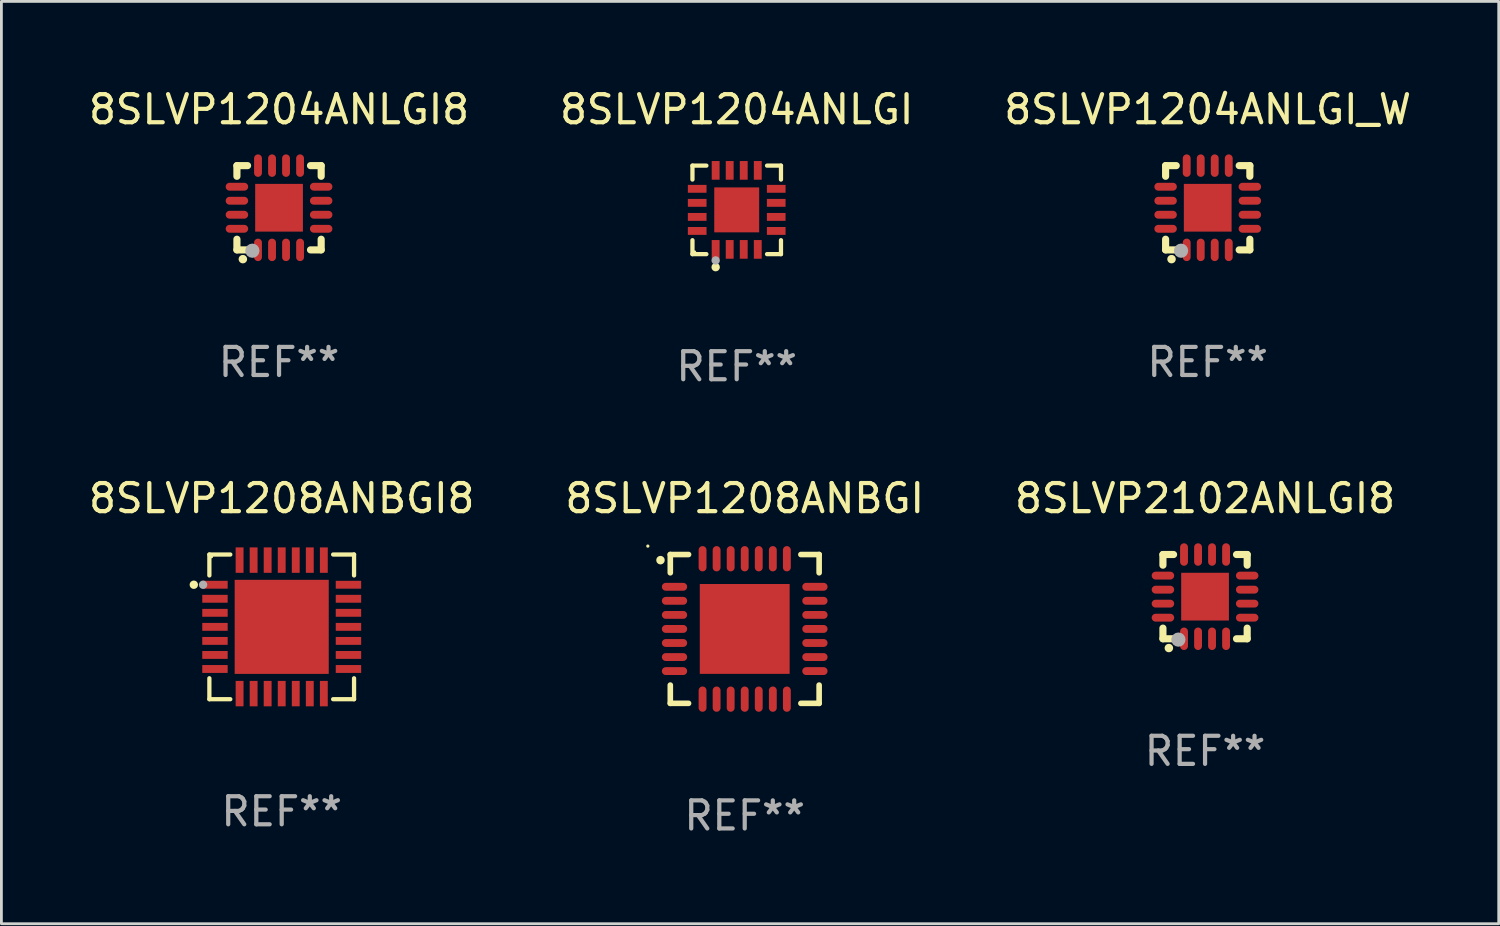
<source format=kicad_pcb>
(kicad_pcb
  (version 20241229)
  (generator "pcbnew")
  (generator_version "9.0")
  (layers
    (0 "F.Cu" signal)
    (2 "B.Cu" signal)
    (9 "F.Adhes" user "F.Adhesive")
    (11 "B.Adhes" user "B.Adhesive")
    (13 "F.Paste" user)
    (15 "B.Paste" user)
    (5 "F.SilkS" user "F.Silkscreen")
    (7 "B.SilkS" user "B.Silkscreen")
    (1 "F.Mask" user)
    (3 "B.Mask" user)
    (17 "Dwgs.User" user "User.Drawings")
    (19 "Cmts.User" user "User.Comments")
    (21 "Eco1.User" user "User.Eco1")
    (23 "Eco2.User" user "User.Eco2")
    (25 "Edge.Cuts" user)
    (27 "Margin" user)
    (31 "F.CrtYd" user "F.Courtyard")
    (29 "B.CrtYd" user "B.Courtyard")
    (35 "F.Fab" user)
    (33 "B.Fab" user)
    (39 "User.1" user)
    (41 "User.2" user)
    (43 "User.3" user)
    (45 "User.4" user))
  (footprint "8SLVP1204ANLGI_W"
    (layer "F.Cu")
    (at 39.958 4.348)
    (property "Reference" "8SLVP1204ANLGI_W" (at 0 -3.5 0) (layer "F.SilkS") (effects (font (size 1 1) (thickness 0.15))))
    (attr through_hole)
    (fp_line (start -1.5 -1.5) (end -1.121 -1.5) (stroke (width 0.254) (type solid)) (layer "F.SilkS"))
    (fp_line (start -1.5 -1.12) (end -1.5 -1.5) (stroke (width 0.254) (type solid)) (layer "F.SilkS"))
    (fp_line (start -1.5 1.5) (end -1.5 1.121) (stroke (width 0.254) (type solid)) (layer "F.SilkS"))
    (fp_line (start -1.121 1.5) (end -1.5 1.5) (stroke (width 0.254) (type solid)) (layer "F.SilkS"))
    (fp_line (start 1.12 -1.5) (end 1.5 -1.5) (stroke (width 0.254) (type solid)) (layer "F.SilkS"))
    (fp_line (start 1.5 -1.5) (end 1.5 -1.12) (stroke (width 0.254) (type solid)) (layer "F.SilkS"))
    (fp_line (start 1.5 1.121) (end 1.5 1.5) (stroke (width 0.254) (type solid)) (layer "F.SilkS"))
    (fp_line (start 1.5 1.5) (end 1.12 1.5) (stroke (width 0.254) (type solid)) (layer "F.SilkS"))
    (fp_arc (start -1.290005 1.83001) (mid -1.288735 1.830005) (end -1.287465 1.83001) (stroke (width 0.3) (type solid)) (layer "F.SilkS"))
    (fp_circle (center -1.5 1.5) (end -1.47 1.5) (stroke (width 0.06) (type solid)) (fill no) (layer "F.SilkS"))
    (fp_circle (center -0.95 1.53) (end -0.823 1.53) (stroke (width 0.254) (type solid)) (fill no) (layer "F.Fab"))
    (fp_text user "REF**" (at 0 5.5 0) (layer "F.Fab") (effects (font (size 1 1) (thickness 0.15))))
    (pad "1" smd oval (at -0.749 1.5 180) (size 0.28 0.8) (layers "F.Cu" "F.Mask" "F.Paste"))
    (pad "2" smd oval (at -0.249 1.5 180) (size 0.28 0.8) (layers "F.Cu" "F.Mask" "F.Paste"))
    (pad "3" smd oval (at 0.249 1.5 180) (size 0.28 0.8) (layers "F.Cu" "F.Mask" "F.Paste"))
    (pad "4" smd oval (at 0.749 1.5 180) (size 0.28 0.8) (layers "F.Cu" "F.Mask" "F.Paste"))
    (pad "5" smd oval (at 1.5 0.749 90) (size 0.28 0.8) (layers "F.Cu" "F.Mask" "F.Paste"))
    (pad "6" smd oval (at 1.5 0.249 90) (size 0.28 0.8) (layers "F.Cu" "F.Mask" "F.Paste"))
    (pad "7" smd oval (at 1.5 -0.249 90) (size 0.28 0.8) (layers "F.Cu" "F.Mask" "F.Paste"))
    (pad "8" smd oval (at 1.5 -0.749 90) (size 0.28 0.8) (layers "F.Cu" "F.Mask" "F.Paste"))
    (pad "9" smd oval (at 0.749 -1.5 180) (size 0.28 0.8) (layers "F.Cu" "F.Mask" "F.Paste"))
    (pad "10" smd oval (at 0.249 -1.5 180) (size 0.28 0.8) (layers "F.Cu" "F.Mask" "F.Paste"))
    (pad "11" smd oval (at -0.249 -1.5 180) (size 0.28 0.8) (layers "F.Cu" "F.Mask" "F.Paste"))
    (pad "12" smd oval (at -0.749 -1.5 180) (size 0.28 0.8) (layers "F.Cu" "F.Mask" "F.Paste"))
    (pad "13" smd oval (at -1.5 -0.749 90) (size 0.28 0.8) (layers "F.Cu" "F.Mask" "F.Paste"))
    (pad "14" smd oval (at -1.5 -0.249 90) (size 0.28 0.8) (layers "F.Cu" "F.Mask" "F.Paste"))
    (pad "15" smd oval (at -1.5 0.249 90) (size 0.28 0.8) (layers "F.Cu" "F.Mask" "F.Paste"))
    (pad "16" smd oval (at -1.5 0.749 90) (size 0.28 0.8) (layers "F.Cu" "F.Mask" "F.Paste"))
    (pad "17" smd rect (at -0.000114 0.000114 90) (size 1.7 1.7) (layers "F.Cu" "F.Mask" "F.Paste")))
  (footprint "8SLVP1204ANLGI8"
    (layer "F.Cu")
    (at 6.887 4.348)
    (property "Reference" "8SLVP1204ANLGI8" (at 0 -3.5 0) (layer "F.SilkS") (effects (font (size 1 1) (thickness 0.15))))
    (attr through_hole)
    (fp_line (start -1.5 -1.5) (end -1.121 -1.5) (stroke (width 0.254) (type solid)) (layer "F.SilkS"))
    (fp_line (start -1.5 -1.12) (end -1.5 -1.5) (stroke (width 0.254) (type solid)) (layer "F.SilkS"))
    (fp_line (start -1.5 1.5) (end -1.5 1.121) (stroke (width 0.254) (type solid)) (layer "F.SilkS"))
    (fp_line (start -1.121 1.5) (end -1.5 1.5) (stroke (width 0.254) (type solid)) (layer "F.SilkS"))
    (fp_line (start 1.12 -1.5) (end 1.5 -1.5) (stroke (width 0.254) (type solid)) (layer "F.SilkS"))
    (fp_line (start 1.5 -1.5) (end 1.5 -1.12) (stroke (width 0.254) (type solid)) (layer "F.SilkS"))
    (fp_line (start 1.5 1.121) (end 1.5 1.5) (stroke (width 0.254) (type solid)) (layer "F.SilkS"))
    (fp_line (start 1.5 1.5) (end 1.12 1.5) (stroke (width 0.254) (type solid)) (layer "F.SilkS"))
    (fp_arc (start -1.290005 1.83001) (mid -1.288735 1.830005) (end -1.287465 1.83001) (stroke (width 0.3) (type solid)) (layer "F.SilkS"))
    (fp_circle (center -1.5 1.5) (end -1.47 1.5) (stroke (width 0.06) (type solid)) (fill no) (layer "F.SilkS"))
    (fp_circle (center -0.95 1.53) (end -0.823 1.53) (stroke (width 0.254) (type solid)) (fill no) (layer "F.Fab"))
    (fp_text user "REF**" (at 0 5.5 0) (layer "F.Fab") (effects (font (size 1 1) (thickness 0.15))))
    (pad "1" smd oval (at -0.749 1.5 180) (size 0.28 0.8) (layers "F.Cu" "F.Mask" "F.Paste"))
    (pad "2" smd oval (at -0.249 1.5 180) (size 0.28 0.8) (layers "F.Cu" "F.Mask" "F.Paste"))
    (pad "3" smd oval (at 0.249 1.5 180) (size 0.28 0.8) (layers "F.Cu" "F.Mask" "F.Paste"))
    (pad "4" smd oval (at 0.749 1.5 180) (size 0.28 0.8) (layers "F.Cu" "F.Mask" "F.Paste"))
    (pad "5" smd oval (at 1.5 0.749 90) (size 0.28 0.8) (layers "F.Cu" "F.Mask" "F.Paste"))
    (pad "6" smd oval (at 1.5 0.249 90) (size 0.28 0.8) (layers "F.Cu" "F.Mask" "F.Paste"))
    (pad "7" smd oval (at 1.5 -0.249 90) (size 0.28 0.8) (layers "F.Cu" "F.Mask" "F.Paste"))
    (pad "8" smd oval (at 1.5 -0.749 90) (size 0.28 0.8) (layers "F.Cu" "F.Mask" "F.Paste"))
    (pad "9" smd oval (at 0.749 -1.5 180) (size 0.28 0.8) (layers "F.Cu" "F.Mask" "F.Paste"))
    (pad "10" smd oval (at 0.249 -1.5 180) (size 0.28 0.8) (layers "F.Cu" "F.Mask" "F.Paste"))
    (pad "11" smd oval (at -0.249 -1.5 180) (size 0.28 0.8) (layers "F.Cu" "F.Mask" "F.Paste"))
    (pad "12" smd oval (at -0.749 -1.5 180) (size 0.28 0.8) (layers "F.Cu" "F.Mask" "F.Paste"))
    (pad "13" smd oval (at -1.5 -0.749 90) (size 0.28 0.8) (layers "F.Cu" "F.Mask" "F.Paste"))
    (pad "14" smd oval (at -1.5 -0.249 90) (size 0.28 0.8) (layers "F.Cu" "F.Mask" "F.Paste"))
    (pad "15" smd oval (at -1.5 0.249 90) (size 0.28 0.8) (layers "F.Cu" "F.Mask" "F.Paste"))
    (pad "16" smd oval (at -1.5 0.749 90) (size 0.28 0.8) (layers "F.Cu" "F.Mask" "F.Paste"))
    (pad "17" smd rect (at -0.000114 0.000114 90) (size 1.7 1.7) (layers "F.Cu" "F.Mask" "F.Paste")))
  (footprint "8SLVP2102ANLGI8"
    (layer "F.Cu")
    (at 39.863 18.197)
    (property "Reference" "8SLVP2102ANLGI8" (at 0 -3.5 0) (layer "F.SilkS") (effects (font (size 1 1) (thickness 0.15))))
    (attr through_hole)
    (fp_line (start -1.5 -1.5) (end -1.121 -1.5) (stroke (width 0.254) (type solid)) (layer "F.SilkS"))
    (fp_line (start -1.5 -1.12) (end -1.5 -1.5) (stroke (width 0.254) (type solid)) (layer "F.SilkS"))
    (fp_line (start -1.5 1.5) (end -1.5 1.121) (stroke (width 0.254) (type solid)) (layer "F.SilkS"))
    (fp_line (start -1.121 1.5) (end -1.5 1.5) (stroke (width 0.254) (type solid)) (layer "F.SilkS"))
    (fp_line (start 1.12 -1.5) (end 1.5 -1.5) (stroke (width 0.254) (type solid)) (layer "F.SilkS"))
    (fp_line (start 1.5 -1.5) (end 1.5 -1.12) (stroke (width 0.254) (type solid)) (layer "F.SilkS"))
    (fp_line (start 1.5 1.121) (end 1.5 1.5) (stroke (width 0.254) (type solid)) (layer "F.SilkS"))
    (fp_line (start 1.5 1.5) (end 1.12 1.5) (stroke (width 0.254) (type solid)) (layer "F.SilkS"))
    (fp_arc (start -1.290005 1.83001) (mid -1.288735 1.830005) (end -1.287465 1.83001) (stroke (width 0.3) (type solid)) (layer "F.SilkS"))
    (fp_circle (center -1.5 1.5) (end -1.47 1.5) (stroke (width 0.06) (type solid)) (fill no) (layer "F.SilkS"))
    (fp_circle (center -0.95 1.53) (end -0.823 1.53) (stroke (width 0.254) (type solid)) (fill no) (layer "F.Fab"))
    (fp_text user "REF**" (at 0 5.5 0) (layer "F.Fab") (effects (font (size 1 1) (thickness 0.15))))
    (pad "1" smd oval (at -0.749 1.5 180) (size 0.28 0.8) (layers "F.Cu" "F.Mask" "F.Paste"))
    (pad "2" smd oval (at -0.249 1.5 180) (size 0.28 0.8) (layers "F.Cu" "F.Mask" "F.Paste"))
    (pad "3" smd oval (at 0.249 1.5 180) (size 0.28 0.8) (layers "F.Cu" "F.Mask" "F.Paste"))
    (pad "4" smd oval (at 0.749 1.5 180) (size 0.28 0.8) (layers "F.Cu" "F.Mask" "F.Paste"))
    (pad "5" smd oval (at 1.5 0.749 90) (size 0.28 0.8) (layers "F.Cu" "F.Mask" "F.Paste"))
    (pad "6" smd oval (at 1.5 0.249 90) (size 0.28 0.8) (layers "F.Cu" "F.Mask" "F.Paste"))
    (pad "7" smd oval (at 1.5 -0.249 90) (size 0.28 0.8) (layers "F.Cu" "F.Mask" "F.Paste"))
    (pad "8" smd oval (at 1.5 -0.749 90) (size 0.28 0.8) (layers "F.Cu" "F.Mask" "F.Paste"))
    (pad "9" smd oval (at 0.749 -1.5 180) (size 0.28 0.8) (layers "F.Cu" "F.Mask" "F.Paste"))
    (pad "10" smd oval (at 0.249 -1.5 180) (size 0.28 0.8) (layers "F.Cu" "F.Mask" "F.Paste"))
    (pad "11" smd oval (at -0.249 -1.5 180) (size 0.28 0.8) (layers "F.Cu" "F.Mask" "F.Paste"))
    (pad "12" smd oval (at -0.749 -1.5 180) (size 0.28 0.8) (layers "F.Cu" "F.Mask" "F.Paste"))
    (pad "13" smd oval (at -1.5 -0.749 90) (size 0.28 0.8) (layers "F.Cu" "F.Mask" "F.Paste"))
    (pad "14" smd oval (at -1.5 -0.249 90) (size 0.28 0.8) (layers "F.Cu" "F.Mask" "F.Paste"))
    (pad "15" smd oval (at -1.5 0.249 90) (size 0.28 0.8) (layers "F.Cu" "F.Mask" "F.Paste"))
    (pad "16" smd oval (at -1.5 0.749 90) (size 0.28 0.8) (layers "F.Cu" "F.Mask" "F.Paste"))
    (pad "17" smd rect (at -0.000114 0.000114 90) (size 1.7 1.7) (layers "F.Cu" "F.Mask" "F.Paste")))
  (footprint "8SLVP1208ANBGI8"
    (layer "F.Cu")
    (at 6.982 19.273)
    (property "Reference" "8SLVP1208ANBGI8" (at 0 -4.576 0) (layer "F.SilkS") (effects (font (size 1 1) (thickness 0.15))))
    (attr through_hole)
    (fp_line (start -2.576 -2.576) (end -2.576 -1.831) (stroke (width 0.152) (type solid)) (layer "F.SilkS"))
    (fp_line (start -2.576 2.576) (end -2.576 1.831) (stroke (width 0.152) (type solid)) (layer "F.SilkS"))
    (fp_line (start -1.831 -2.576) (end -2.576 -2.576) (stroke (width 0.152) (type solid)) (layer "F.SilkS"))
    (fp_line (start -1.831 2.576) (end -2.576 2.576) (stroke (width 0.152) (type solid)) (layer "F.SilkS"))
    (fp_line (start 1.831 -2.576) (end 2.576 -2.576) (stroke (width 0.152) (type solid)) (layer "F.SilkS"))
    (fp_line (start 1.831 2.576) (end 2.576 2.576) (stroke (width 0.152) (type solid)) (layer "F.SilkS"))
    (fp_line (start 2.576 -2.576) (end 2.576 -1.831) (stroke (width 0.152) (type solid)) (layer "F.SilkS"))
    (fp_line (start 2.576 2.576) (end 2.576 1.831) (stroke (width 0.152) (type solid)) (layer "F.SilkS"))
    (fp_circle (center -3.13 -1.5) (end -3.055 -1.5) (stroke (width 0.15) (type solid)) (fill no) (layer "F.SilkS"))
    (fp_circle (center -2.5 -2.5) (end -2.47 -2.5) (stroke (width 0.06) (type solid)) (fill no) (layer "F.SilkS"))
    (fp_circle (center -2.8 -1.5) (end -2.725 -1.5) (stroke (width 0.15) (type solid)) (fill no) (layer "F.Fab"))
    (fp_text user "REF**" (at 0 6.576 0) (layer "F.Fab") (effects (font (size 1 1) (thickness 0.15))))
    (pad "1" smd rect (at -2.377 -1.5) (size 0.905 0.28) (layers "F.Cu" "F.Mask" "F.Paste"))
    (pad "2" smd rect (at -2.377 -1) (size 0.905 0.28) (layers "F.Cu" "F.Mask" "F.Paste"))
    (pad "3" smd rect (at -2.377 -0.5) (size 0.905 0.28) (layers "F.Cu" "F.Mask" "F.Paste"))
    (pad "4" smd rect (at -2.377 0) (size 0.905 0.28) (layers "F.Cu" "F.Mask" "F.Paste"))
    (pad "5" smd rect (at -2.377 0.5) (size 0.905 0.28) (layers "F.Cu" "F.Mask" "F.Paste"))
    (pad "6" smd rect (at -2.377 1) (size 0.905 0.28) (layers "F.Cu" "F.Mask" "F.Paste"))
    (pad "7" smd rect (at -2.377 1.5) (size 0.905 0.28) (layers "F.Cu" "F.Mask" "F.Paste"))
    (pad "8" smd rect (at -1.5 2.377) (size 0.28 0.905) (layers "F.Cu" "F.Mask" "F.Paste"))
    (pad "9" smd rect (at -1 2.377) (size 0.28 0.905) (layers "F.Cu" "F.Mask" "F.Paste"))
    (pad "10" smd rect (at -0.5 2.377) (size 0.28 0.905) (layers "F.Cu" "F.Mask" "F.Paste"))
    (pad "11" smd rect (at 0 2.377) (size 0.28 0.905) (layers "F.Cu" "F.Mask" "F.Paste"))
    (pad "12" smd rect (at 0.5 2.377) (size 0.28 0.905) (layers "F.Cu" "F.Mask" "F.Paste"))
    (pad "13" smd rect (at 1 2.377) (size 0.28 0.905) (layers "F.Cu" "F.Mask" "F.Paste"))
    (pad "14" smd rect (at 1.5 2.377) (size 0.28 0.905) (layers "F.Cu" "F.Mask" "F.Paste"))
    (pad "15" smd rect (at 2.377 1.5) (size 0.905 0.28) (layers "F.Cu" "F.Mask" "F.Paste"))
    (pad "16" smd rect (at 2.377 1) (size 0.905 0.28) (layers "F.Cu" "F.Mask" "F.Paste"))
    (pad "17" smd rect (at 2.377 0.5) (size 0.905 0.28) (layers "F.Cu" "F.Mask" "F.Paste"))
    (pad "18" smd rect (at 2.377 0) (size 0.905 0.28) (layers "F.Cu" "F.Mask" "F.Paste"))
    (pad "19" smd rect (at 2.377 -0.5) (size 0.905 0.28) (layers "F.Cu" "F.Mask" "F.Paste"))
    (pad "20" smd rect (at 2.377 -1) (size 0.905 0.28) (layers "F.Cu" "F.Mask" "F.Paste"))
    (pad "21" smd rect (at 2.377 -1.5) (size 0.905 0.28) (layers "F.Cu" "F.Mask" "F.Paste"))
    (pad "22" smd rect (at 1.5 -2.377) (size 0.28 0.905) (layers "F.Cu" "F.Mask" "F.Paste"))
    (pad "23" smd rect (at 1 -2.377) (size 0.28 0.905) (layers "F.Cu" "F.Mask" "F.Paste"))
    (pad "24" smd rect (at 0.5 -2.377) (size 0.28 0.905) (layers "F.Cu" "F.Mask" "F.Paste"))
    (pad "25" smd rect (at 0 -2.377) (size 0.28 0.905) (layers "F.Cu" "F.Mask" "F.Paste"))
    (pad "26" smd rect (at -0.5 -2.377) (size 0.28 0.905) (layers "F.Cu" "F.Mask" "F.Paste"))
    (pad "27" smd rect (at -1 -2.377) (size 0.28 0.905) (layers "F.Cu" "F.Mask" "F.Paste"))
    (pad "28" smd rect (at -1.5 -2.377) (size 0.28 0.905) (layers "F.Cu" "F.Mask" "F.Paste"))
    (pad "29" smd rect (at 0 0) (size 3.35 3.35) (layers "F.Cu" "F.Mask" "F.Paste")))
  (footprint "8SLVP1204ANLGI"
    (layer "F.Cu")
    (at 23.185 4.424)
    (property "Reference" "8SLVP1204ANLGI" (at 0 -3.576 0) (layer "F.SilkS") (effects (font (size 1 1) (thickness 0.15))))
    (attr through_hole)
    (fp_line (start -1.576 -1.576) (end -1.08 -1.576) (stroke (width 0.152) (type solid)) (layer "F.SilkS"))
    (fp_line (start -1.576 -1.08) (end -1.576 -1.576) (stroke (width 0.152) (type solid)) (layer "F.SilkS"))
    (fp_line (start -1.576 1.08) (end -1.576 1.576) (stroke (width 0.152) (type solid)) (layer "F.SilkS"))
    (fp_line (start -1.576 1.576) (end -1.08 1.576) (stroke (width 0.152) (type solid)) (layer "F.SilkS"))
    (fp_line (start 1.576 -1.576) (end 1.08 -1.576) (stroke (width 0.152) (type solid)) (layer "F.SilkS"))
    (fp_line (start 1.576 -1.08) (end 1.576 -1.576) (stroke (width 0.152) (type solid)) (layer "F.SilkS"))
    (fp_line (start 1.576 1.08) (end 1.576 1.576) (stroke (width 0.152) (type solid)) (layer "F.SilkS"))
    (fp_line (start 1.576 1.576) (end 1.08 1.576) (stroke (width 0.152) (type solid)) (layer "F.SilkS"))
    (fp_circle (center -1.5 1.5) (end -1.47 1.5) (stroke (width 0.06) (type solid)) (fill no) (layer "F.SilkS"))
    (fp_circle (center -0.75 2.04) (end -0.675 2.04) (stroke (width 0.15) (type solid)) (fill no) (layer "F.SilkS"))
    (fp_circle (center -0.75 1.8) (end -0.675 1.8) (stroke (width 0.15) (type solid)) (fill no) (layer "F.Fab"))
    (fp_text user "REF**" (at 0 5.576 0) (layer "F.Fab") (effects (font (size 1 1) (thickness 0.15))))
    (pad "1" smd rect (at -0.75 1.407) (size 0.28 0.665) (layers "F.Cu" "F.Mask" "F.Paste"))
    (pad "2" smd rect (at -0.25 1.407) (size 0.28 0.665) (layers "F.Cu" "F.Mask" "F.Paste"))
    (pad "3" smd rect (at 0.25 1.407) (size 0.28 0.665) (layers "F.Cu" "F.Mask" "F.Paste"))
    (pad "4" smd rect (at 0.75 1.407) (size 0.28 0.665) (layers "F.Cu" "F.Mask" "F.Paste"))
    (pad "5" smd rect (at 1.407 0.75) (size 0.665 0.28) (layers "F.Cu" "F.Mask" "F.Paste"))
    (pad "6" smd rect (at 1.407 0.25) (size 0.665 0.28) (layers "F.Cu" "F.Mask" "F.Paste"))
    (pad "7" smd rect (at 1.407 -0.25) (size 0.665 0.28) (layers "F.Cu" "F.Mask" "F.Paste"))
    (pad "8" smd rect (at 1.407 -0.75) (size 0.665 0.28) (layers "F.Cu" "F.Mask" "F.Paste"))
    (pad "9" smd rect (at 0.75 -1.407) (size 0.28 0.665) (layers "F.Cu" "F.Mask" "F.Paste"))
    (pad "10" smd rect (at 0.25 -1.407) (size 0.28 0.665) (layers "F.Cu" "F.Mask" "F.Paste"))
    (pad "11" smd rect (at -0.25 -1.407) (size 0.28 0.665) (layers "F.Cu" "F.Mask" "F.Paste"))
    (pad "12" smd rect (at -0.75 -1.407) (size 0.28 0.665) (layers "F.Cu" "F.Mask" "F.Paste"))
    (pad "13" smd rect (at -1.407 -0.75) (size 0.665 0.28) (layers "F.Cu" "F.Mask" "F.Paste"))
    (pad "14" smd rect (at -1.407 -0.25) (size 0.665 0.28) (layers "F.Cu" "F.Mask" "F.Paste"))
    (pad "15" smd rect (at -1.407 0.25) (size 0.665 0.28) (layers "F.Cu" "F.Mask" "F.Paste"))
    (pad "16" smd rect (at -1.407 0.75) (size 0.665 0.28) (layers "F.Cu" "F.Mask" "F.Paste"))
    (pad "17" smd rect (at 0 0) (size 1.6 1.6) (layers "F.Cu" "F.Mask" "F.Paste")))
  (footprint "8SLVP1208ANBGI"
    (layer "F.Cu")
    (at 23.47 19.347)
    (property "Reference" "8SLVP1208ANBGI" (at 0 -4.65 0) (layer "F.SilkS") (effects (font (size 1 1) (thickness 0.15))))
    (attr through_hole)
    (fp_line (start -2.65 -2.65) (end -2 -2.65) (stroke (width 0.2) (type solid)) (layer "F.SilkS"))
    (fp_line (start -2.65 -2) (end -2.65 -2.65) (stroke (width 0.2) (type solid)) (layer "F.SilkS"))
    (fp_line (start -2.65 2) (end -2.65 2.65) (stroke (width 0.2) (type solid)) (layer "F.SilkS"))
    (fp_line (start -2.65 2.65) (end -2 2.65) (stroke (width 0.2) (type solid)) (layer "F.SilkS"))
    (fp_line (start 2 2.65) (end 2.65 2.65) (stroke (width 0.2) (type solid)) (layer "F.SilkS"))
    (fp_line (start 2.65 -2.65) (end 2 -2.65) (stroke (width 0.2) (type solid)) (layer "F.SilkS"))
    (fp_line (start 2.65 -2) (end 2.65 -2.65) (stroke (width 0.2) (type solid)) (layer "F.SilkS"))
    (fp_line (start 2.65 2.65) (end 2.65 2) (stroke (width 0.2) (type solid)) (layer "F.SilkS"))
    (fp_arc (start -2.999746 -2.448565) (mid -2.999751 -2.449835) (end -2.999746 -2.451105) (stroke (width 0.3) (type solid)) (layer "F.SilkS"))
    (fp_circle (center -3.45 -2.95) (end -3.42 -2.95) (stroke (width 0.06) (type solid)) (fill no) (layer "F.SilkS"))
    (fp_text user "REF**" (at 0 6.65 0) (layer "F.Fab") (effects (font (size 1 1) (thickness 0.15))))
    (pad "1" smd oval (at -2.5 -1.501 90) (size 0.28 0.9) (layers "F.Cu" "F.Mask" "F.Paste"))
    (pad "2" smd oval (at -2.5 -1.001 90) (size 0.28 0.9) (layers "F.Cu" "F.Mask" "F.Paste"))
    (pad "3" smd oval (at -2.5 -0.5 90) (size 0.28 0.9) (layers "F.Cu" "F.Mask" "F.Paste"))
    (pad "4" smd oval (at -2.5 0.000076 90) (size 0.28 0.9) (layers "F.Cu" "F.Mask" "F.Paste"))
    (pad "5" smd oval (at -2.5 0.5 90) (size 0.28 0.9) (layers "F.Cu" "F.Mask" "F.Paste"))
    (pad "6" smd oval (at -2.5 1.001 90) (size 0.28 0.9) (layers "F.Cu" "F.Mask" "F.Paste"))
    (pad "7" smd oval (at -2.5 1.501 90) (size 0.28 0.9) (layers "F.Cu" "F.Mask" "F.Paste"))
    (pad "8" smd oval (at -1.501 2.5) (size 0.28 0.9) (layers "F.Cu" "F.Mask" "F.Paste"))
    (pad "9" smd oval (at -1.001 2.5) (size 0.28 0.9) (layers "F.Cu" "F.Mask" "F.Paste"))
    (pad "10" smd oval (at -0.5 2.5) (size 0.28 0.9) (layers "F.Cu" "F.Mask" "F.Paste"))
    (pad "11" smd oval (at -0.000076 2.5) (size 0.28 0.9) (layers "F.Cu" "F.Mask" "F.Paste"))
    (pad "12" smd oval (at 0.5 2.5) (size 0.28 0.9) (layers "F.Cu" "F.Mask" "F.Paste"))
    (pad "13" smd oval (at 1.001 2.5) (size 0.28 0.9) (layers "F.Cu" "F.Mask" "F.Paste"))
    (pad "14" smd oval (at 1.501 2.5) (size 0.28 0.9) (layers "F.Cu" "F.Mask" "F.Paste"))
    (pad "15" smd oval (at 2.5 1.501 90) (size 0.28 0.9) (layers "F.Cu" "F.Mask" "F.Paste"))
    (pad "16" smd oval (at 2.5 1.001 90) (size 0.28 0.9) (layers "F.Cu" "F.Mask" "F.Paste"))
    (pad "17" smd oval (at 2.5 0.5 90) (size 0.28 0.9) (layers "F.Cu" "F.Mask" "F.Paste"))
    (pad "18" smd oval (at 2.5 0.000076 90) (size 0.28 0.9) (layers "F.Cu" "F.Mask" "F.Paste"))
    (pad "19" smd oval (at 2.5 -0.5 90) (size 0.28 0.9) (layers "F.Cu" "F.Mask" "F.Paste"))
    (pad "20" smd oval (at 2.5 -1.001 90) (size 0.28 0.9) (layers "F.Cu" "F.Mask" "F.Paste"))
    (pad "21" smd oval (at 2.5 -1.501 90) (size 0.28 0.9) (layers "F.Cu" "F.Mask" "F.Paste"))
    (pad "22" smd oval (at 1.501 -2.5) (size 0.28 0.9) (layers "F.Cu" "F.Mask" "F.Paste"))
    (pad "23" smd oval (at 1.001 -2.5) (size 0.28 0.9) (layers "F.Cu" "F.Mask" "F.Paste"))
    (pad "24" smd oval (at 0.5 -2.5) (size 0.28 0.9) (layers "F.Cu" "F.Mask" "F.Paste"))
    (pad "25" smd oval (at -0.000076 -2.5) (size 0.28 0.9) (layers "F.Cu" "F.Mask" "F.Paste"))
    (pad "26" smd oval (at -0.5 -2.5) (size 0.28 0.9) (layers "F.Cu" "F.Mask" "F.Paste"))
    (pad "27" smd oval (at -1.001 -2.5) (size 0.28 0.9) (layers "F.Cu" "F.Mask" "F.Paste"))
    (pad "28" smd oval (at -1.501 -2.5) (size 0.28 0.9) (layers "F.Cu" "F.Mask" "F.Paste"))
    (pad "29" smd rect (at -0.000076 0.000076) (size 3.2 3.2) (layers "F.Cu" "F.Mask" "F.Paste")))
  (gr_rect
    (start -3 -3)
    (end 50.321 29.845)
    (stroke (width 0.1) (type default))
    (fill no)
    (layer "Edge.Cuts")))
</source>
